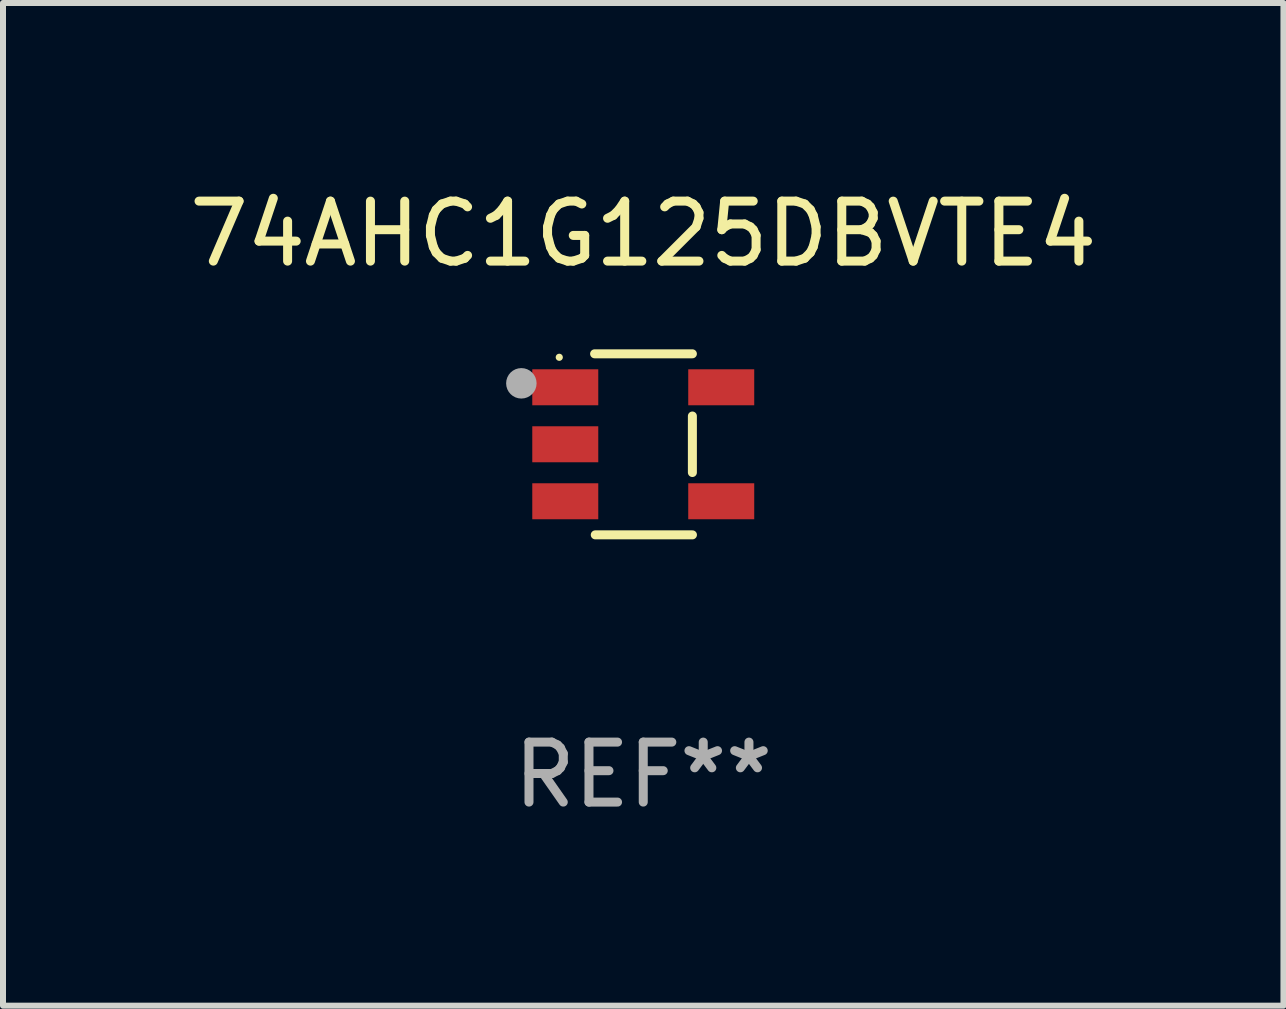
<source format=kicad_pcb>
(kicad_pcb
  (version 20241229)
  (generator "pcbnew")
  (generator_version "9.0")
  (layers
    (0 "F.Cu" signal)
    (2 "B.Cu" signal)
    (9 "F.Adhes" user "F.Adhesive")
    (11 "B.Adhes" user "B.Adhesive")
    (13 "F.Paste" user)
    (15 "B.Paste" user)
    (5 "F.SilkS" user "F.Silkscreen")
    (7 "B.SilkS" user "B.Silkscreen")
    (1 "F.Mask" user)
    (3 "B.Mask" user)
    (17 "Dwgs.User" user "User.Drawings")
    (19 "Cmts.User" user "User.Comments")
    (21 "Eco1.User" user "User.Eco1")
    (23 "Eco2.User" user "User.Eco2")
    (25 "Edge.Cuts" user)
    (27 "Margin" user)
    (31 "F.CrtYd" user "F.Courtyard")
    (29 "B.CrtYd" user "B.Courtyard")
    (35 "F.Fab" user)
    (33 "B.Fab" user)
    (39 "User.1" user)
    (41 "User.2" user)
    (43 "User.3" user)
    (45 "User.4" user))
  (footprint "74AHC1G125DBVTE4"
    (layer "F.Cu")
    (at 7.673 4.357)
    (property "Reference" "74AHC1G125DBVTE4" (at 0 -3.509 0) (layer "F.SilkS") (effects (font (size 1 1) (thickness 0.15))))
    (attr through_hole)
    (fp_line (start -0.811 -1.509) (end 0.819 -1.509) (stroke (width 0.15) (type solid)) (layer "F.SilkS"))
    (fp_line (start -0.8 1.509) (end 0.82 1.509) (stroke (width 0.15) (type solid)) (layer "F.SilkS"))
    (fp_line (start 0.819 -0.472) (end 0.819 0.47) (stroke (width 0.15) (type solid)) (layer "F.SilkS"))
    (fp_circle (center -1.4 -1.451) (end -1.37 -1.451) (stroke (width 0.06) (type solid)) (fill no) (layer "F.SilkS"))
    (fp_circle (center -2.032 -1.017) (end -1.905 -1.017) (stroke (width 0.254) (type solid)) (fill no) (layer "F.Fab"))
    (fp_text user "REF**" (at 0 5.509 0) (layer "F.Fab") (effects (font (size 1 1) (thickness 0.15))))
    (pad "1" smd rect (at -1.3 -0.951) (size 1.1 0.6) (layers "F.Cu" "F.Mask" "F.Paste"))
    (pad "2" smd rect (at -1.3 -0.001) (size 1.1 0.6) (layers "F.Cu" "F.Mask" "F.Paste"))
    (pad "3" smd rect (at -1.3 0.949) (size 1.1 0.6) (layers "F.Cu" "F.Mask" "F.Paste"))
    (pad "4" smd rect (at 1.3 0.949) (size 1.1 0.6) (layers "F.Cu" "F.Mask" "F.Paste"))
    (pad "5" smd rect (at 1.3 -0.951) (size 1.1 0.6) (layers "F.Cu" "F.Mask" "F.Paste")))
  (gr_rect
    (start -3 -3)
    (end 18.345 13.715)
    (stroke (width 0.1) (type default))
    (fill no)
    (layer "Edge.Cuts")))
</source>
